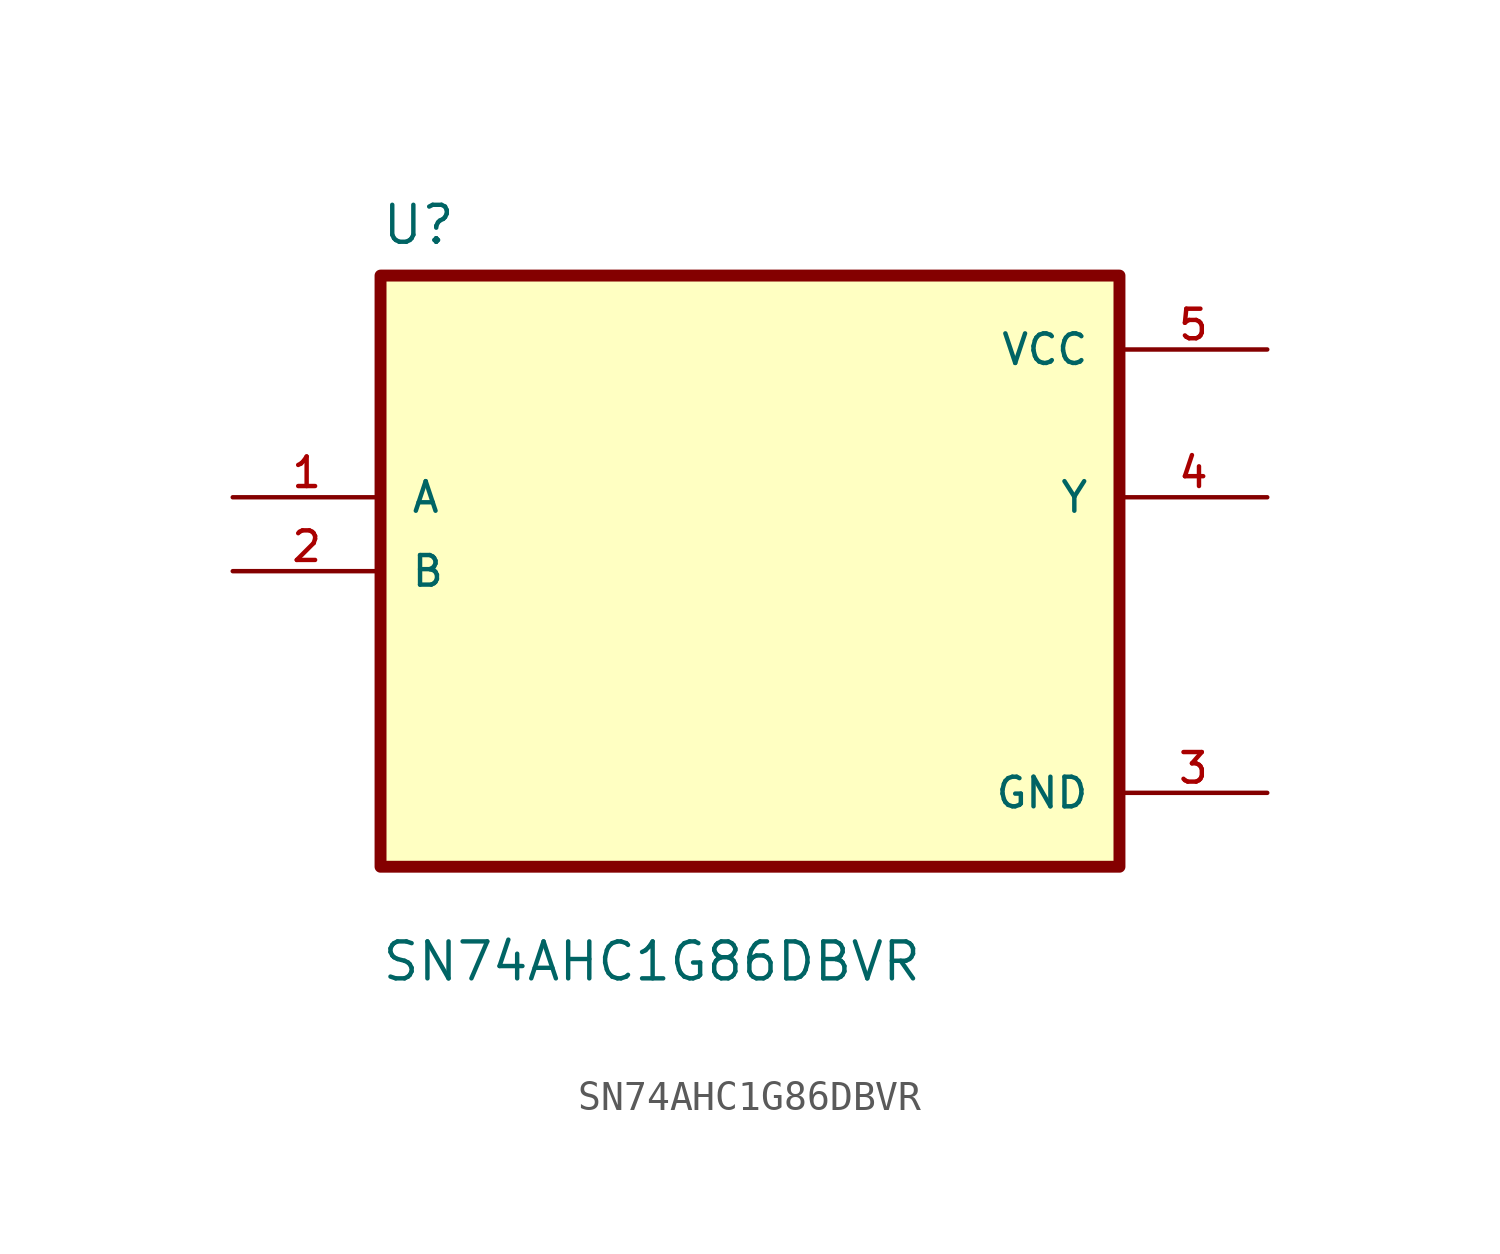
<source format=kicad_sym>
(kicad_symbol_lib
  (version 20211014)
  (generator kicad_symbol_editor)
  (symbol "SN74AHC1G86DBVR"
    (pin_names
      (offset 1.016))
    (property "Reference" "U"
      (at -12.7 11.16 0.0)
      (effects (font (size 1.27 1.27)) (justify bottom left)))
    (property "Value" "SN74AHC1G86DBVR"
      (at -12.7 -14.16 0.0)
      (effects (font (size 1.27 1.27)) (justify bottom left)))
    (symbol "SN74AHC1G86DBVR_0_0"
      (rectangle (start -12.7 -10.16) (end 12.7 10.16) (stroke (width 0.41)) (fill (type background)))
      (pin input line (at -17.78 2.54 0) (length 5.08) (name "A" (effects (font (size 1.016 1.016)))) (number "1" (effects (font (size 1.016 1.016)))))
      (pin input line (at -17.78 0.0 0) (length 5.08) (name "B" (effects (font (size 1.016 1.016)))) (number "2" (effects (font (size 1.016 1.016)))))
      (pin power_in line (at 17.78 7.62 180.0) (length 5.08) (name "VCC" (effects (font (size 1.016 1.016)))) (number "5" (effects (font (size 1.016 1.016)))))
      (pin output line (at 17.78 2.54 180.0) (length 5.08) (name "Y" (effects (font (size 1.016 1.016)))) (number "4" (effects (font (size 1.016 1.016)))))
      (pin power_in line (at 17.78 -7.62 180.0) (length 5.08) (name "GND" (effects (font (size 1.016 1.016)))) (number "3" (effects (font (size 1.016 1.016))))))))
</source>
